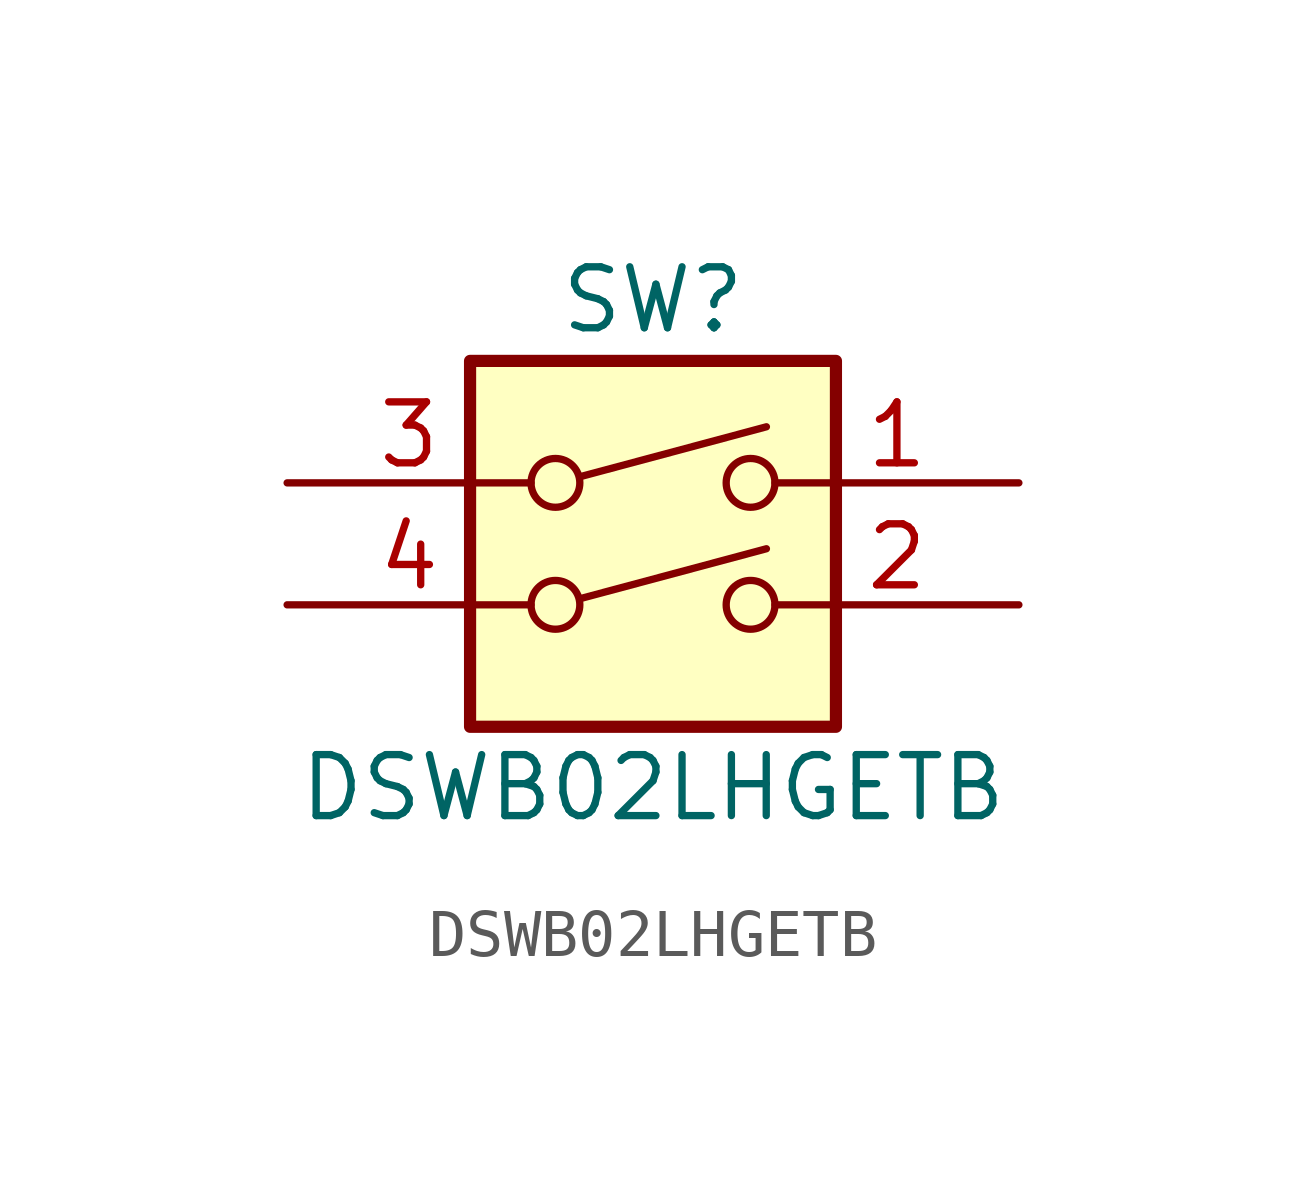
<source format=kicad_sym>
(kicad_symbol_lib
  (version 20241209)
  (generator "kicad_symbol_editor")
  (generator_version "9.0")
  (symbol "DSWB02LHGETB"
    (pin_names
      (offset 0)
      (hide yes))
    (property "Reference" "SW"
      (at 0 6.35 0)
      (effects (font (size 1.27 1.27))))
    (property "Value" "DSWB02LHGETB"
      (at 0 -3.81 0)
      (effects (font (size 1.27 1.27))))
    (symbol "DSWB02LHGETB_0_0"
      (circle (center -2.032 2.54) (radius 0.508) (stroke (width 0) (type default)) (fill (type none)))
      (circle (center -2.032 0) (radius 0.508) (stroke (width 0) (type default)) (fill (type none)))
      (polyline (pts (xy -1.524 2.667) (xy 2.362 3.708)) (stroke (width 0) (type default)) (fill (type none)))
      (polyline (pts (xy -1.524 0.127) (xy 2.362 1.168)) (stroke (width 0) (type default)) (fill (type none)))
      (circle (center 2.032 2.54) (radius 0.508) (stroke (width 0) (type default)) (fill (type none)))
      (circle (center 2.032 0) (radius 0.508) (stroke (width 0) (type default)) (fill (type none))))
    (symbol "DSWB02LHGETB_0_1"
      (rectangle (start -3.81 5.08) (end 3.81 -2.54) (stroke (width 0.254) (type default)) (fill (type background))))
    (symbol "DSWB02LHGETB_1_1"
      (pin passive line (at -7.62 2.54 0) (length 5.08) (name "~" (effects (font (size 1.27 1.27)))) (number "3" (effects (font (size 1.27 1.27)))))
      (pin passive line (at -7.62 0 0) (length 5.08) (name "~" (effects (font (size 1.27 1.27)))) (number "4" (effects (font (size 1.27 1.27)))))
      (pin passive line (at 7.62 2.54 180) (length 5.08) (name "~" (effects (font (size 1.27 1.27)))) (number "1" (effects (font (size 1.27 1.27)))))
      (pin passive line (at 7.62 0 180) (length 5.08) (name "~" (effects (font (size 1.27 1.27)))) (number "2" (effects (font (size 1.27 1.27))))))))
</source>
